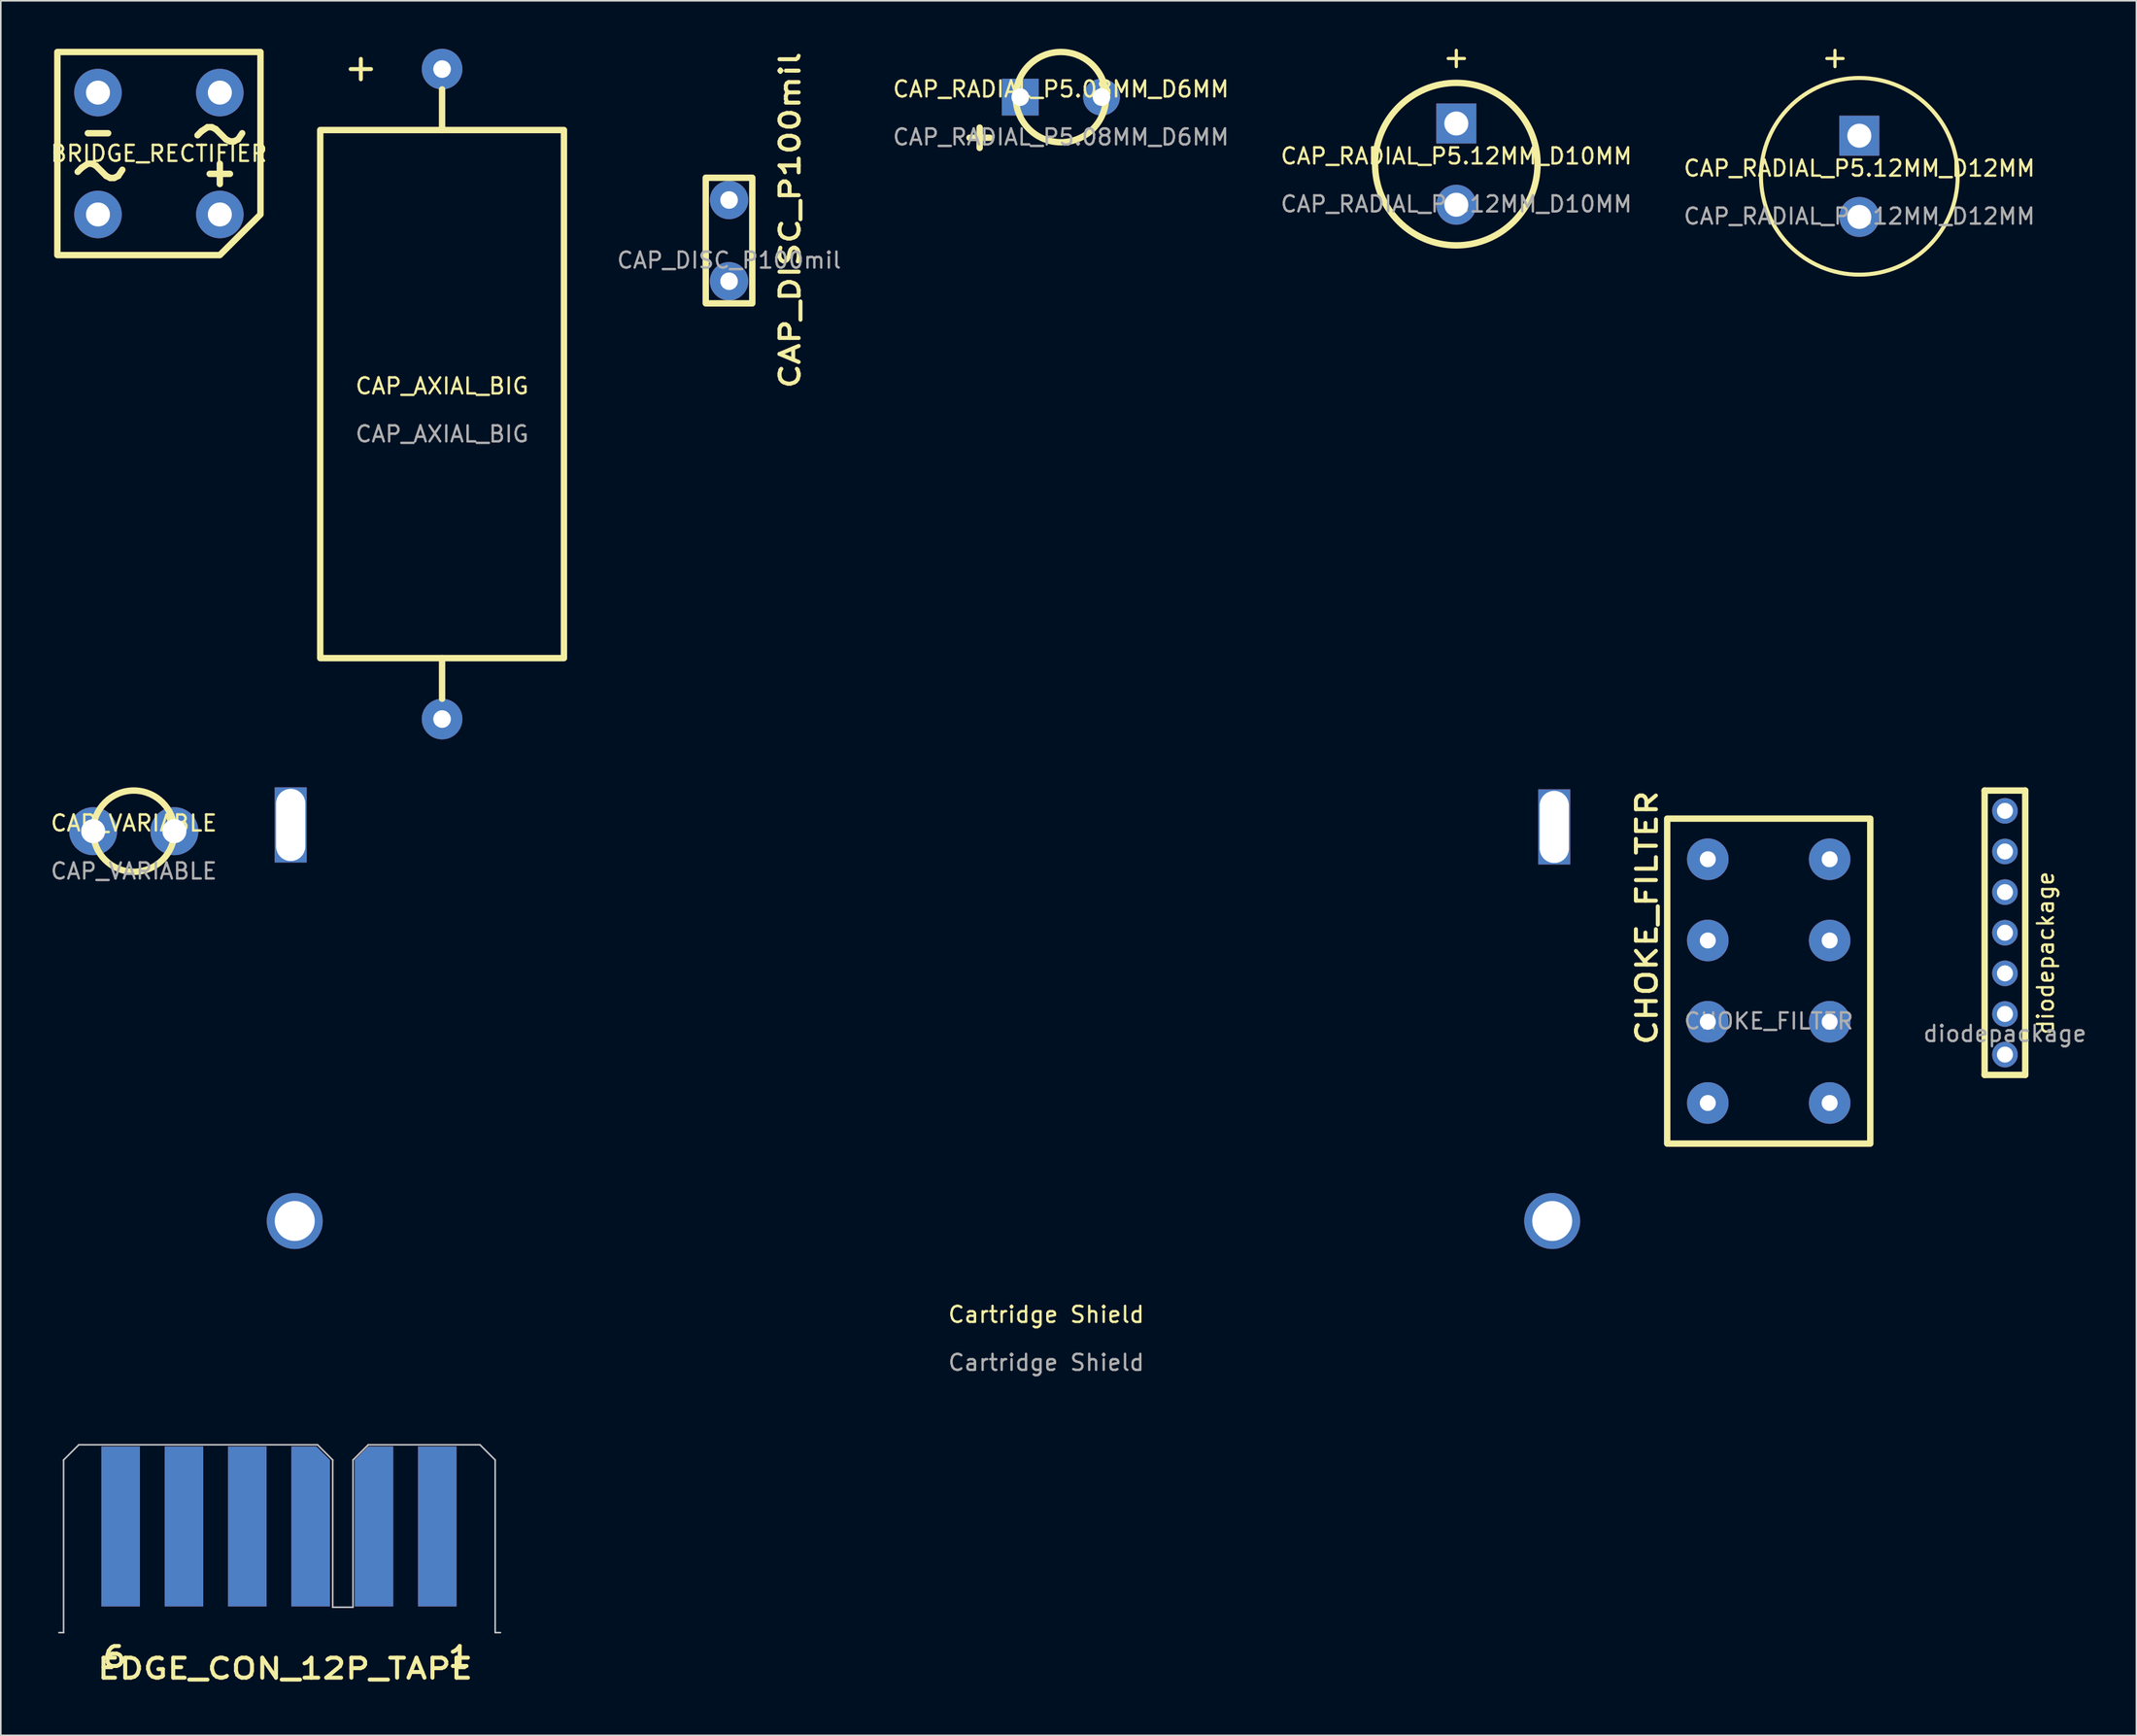
<source format=kicad_pcb>
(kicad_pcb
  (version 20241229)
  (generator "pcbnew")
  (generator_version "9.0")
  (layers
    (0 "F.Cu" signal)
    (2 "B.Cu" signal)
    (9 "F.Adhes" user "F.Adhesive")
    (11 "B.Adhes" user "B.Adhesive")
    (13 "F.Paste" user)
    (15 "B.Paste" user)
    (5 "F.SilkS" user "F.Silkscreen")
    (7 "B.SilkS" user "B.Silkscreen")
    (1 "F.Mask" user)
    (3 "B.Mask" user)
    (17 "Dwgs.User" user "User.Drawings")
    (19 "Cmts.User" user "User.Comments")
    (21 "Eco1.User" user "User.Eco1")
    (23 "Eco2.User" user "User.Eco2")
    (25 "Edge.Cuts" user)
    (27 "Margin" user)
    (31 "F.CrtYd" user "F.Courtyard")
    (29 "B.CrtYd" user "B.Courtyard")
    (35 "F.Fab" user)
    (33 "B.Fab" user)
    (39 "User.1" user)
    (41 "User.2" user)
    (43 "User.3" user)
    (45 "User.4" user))
  (footprint "EDGE_CON_12P_TAPE"
    (layer "F.Cu")
    (at 4.495 92.393)
    (property "Reference" "EDGE_CON_12P_TAPE" (at 10.285 8.89 0) (layer "F.SilkS") (effects (font (size 1.25 1.5) (thickness 0.25) (bold yes))))
    (attr through_hole)
    (fp_poly (pts (xy -4.445 -6.35) (xy 24.13 -6.35) (xy 24.13 5.08) (xy -4.445 5.08)) (stroke (width 0.1) (type solid)) (fill yes) (layer "F.Mask"))
    (fp_poly (pts (xy -4.445 5.08) (xy 24.13 5.08) (xy 24.13 -6.35) (xy -4.445 -6.35)) (stroke (width 0.1) (type solid)) (fill yes) (layer "B.Mask"))
    (fp_line (start -3.569 -4.156) (end -2.616 -5.108) (stroke (width 0.1) (type solid)) (layer "Dwgs.User"))
    (fp_line (start -3.569 6.639) (end -3.861 6.639) (stroke (width 0.1) (type solid)) (layer "Dwgs.User"))
    (fp_line (start -3.569 6.639) (end -3.569 -4.156) (stroke (width 0.1) (type solid)) (layer "Dwgs.User"))
    (fp_line (start -2.616 -5.108) (end 12.306 -5.108) (stroke (width 0.1) (type solid)) (layer "Dwgs.User"))
    (fp_line (start 12.306 -5.108) (end 13.259 -4.156) (stroke (width 0.1) (type solid)) (layer "Dwgs.User"))
    (fp_line (start 13.259 -4.156) (end 13.259 5.052) (stroke (width 0.1) (type solid)) (layer "Dwgs.User"))
    (fp_line (start 13.259 5.052) (end 14.529 5.052) (stroke (width 0.1) (type solid)) (layer "Dwgs.User"))
    (fp_line (start 14.529 -4.156) (end 15.481 -5.108) (stroke (width 0.1) (type solid)) (layer "Dwgs.User"))
    (fp_line (start 14.529 5.052) (end 14.529 -4.156) (stroke (width 0.1) (type solid)) (layer "Dwgs.User"))
    (fp_line (start 15.481 -5.108) (end 22.466 -5.108) (stroke (width 0.1) (type solid)) (layer "Dwgs.User"))
    (fp_line (start 22.466 -5.108) (end 23.419 -4.156) (stroke (width 0.1) (type solid)) (layer "Dwgs.User"))
    (fp_line (start 23.419 -4.156) (end 23.419 6.639) (stroke (width 0.1) (type solid)) (layer "Dwgs.User"))
    (fp_line (start 23.419 6.639) (end 23.749 6.639) (stroke (width 0.1) (type solid)) (layer "Dwgs.User"))
    (fp_text user "1" (at 20.32 8.89 0) (unlocked yes) (layer "F.SilkS") (effects (font (size 1.25 1.5) (thickness 0.25) (bold yes)) (justify left bottom)))
    (fp_text user "6" (at -1.27 8.89 0) (unlocked yes) (layer "F.SilkS") (effects (font (size 1.25 1.5) (thickness 0.25) (bold yes)) (justify left bottom)))
    (pad "1" smd rect (at 19.8 0) (size 2.41 10) (layers "F.Cu" "F.Mask"))
    (pad "2" smd roundrect (at 15.84 0) (size 2.41 10) (layers "F.Cu" "F.Mask") (roundrect_rratio 0) (chamfer_ratio 0.35) (chamfer top_left))
    (pad "3" smd roundrect (at 11.88 0) (size 2.41 10) (layers "F.Cu" "F.Mask") (roundrect_rratio 0) (chamfer_ratio 0.35) (chamfer top_right))
    (pad "4" smd rect (at 7.92 0) (size 2.41 10) (layers "F.Cu" "F.Mask"))
    (pad "5" smd rect (at 3.96 0) (size 2.41 10) (layers "F.Cu" "F.Mask"))
    (pad "6" smd rect (at 0 0) (size 2.41 10) (layers "F.Cu" "F.Mask"))
    (pad "A" smd rect (at 19.8 0) (size 2.41 10) (layers "B.Cu" "B.Mask"))
    (pad "B" smd roundrect (at 15.84 0) (size 2.41 10) (layers "B.Cu" "B.Mask") (roundrect_rratio 0) (chamfer_ratio 0.35) (chamfer top_left))
    (pad "C" smd roundrect (at 11.88 0) (size 2.41 10) (layers "B.Cu" "B.Mask") (roundrect_rratio 0) (chamfer_ratio 0.35) (chamfer top_right))
    (pad "D" smd rect (at 7.92 0) (size 2.41 10) (layers "B.Cu" "B.Mask"))
    (pad "E" smd rect (at 3.96 0) (size 2.41 10) (layers "B.Cu" "B.Mask"))
    (pad "F" smd rect (at 0 0) (size 2.41 10) (layers "B.Cu" "B.Mask")))
  (footprint "CAP_RADIAL_P5.08MM_D6MM"
    (layer "F.Cu")
    (at 63.289 3.022)
    (property "Reference" "CAP_RADIAL_P5.08MM_D6MM" (at 0 -0.5 0) (unlocked yes) (layer "F.SilkS") (effects (font (size 1 1) (thickness 0.15))))
    (attr through_hole)
    (fp_line (start -5.08 3.175) (end -5.08 1.905) (stroke (width 0.4) (type default)) (layer "F.SilkS"))
    (fp_line (start -4.445 2.54) (end -5.715 2.54) (stroke (width 0.4) (type default)) (layer "F.SilkS"))
    (fp_circle (center 0 0) (end 2.822 0) (stroke (width 0.4) (type default)) (fill no) (layer "F.SilkS"))
    (fp_text user "${REFERENCE}" (at 0 2.5 0) (unlocked yes) (layer "F.Fab") (effects (font (size 1 1) (thickness 0.15))))
    (pad "1" thru_hole rect (at -2.54 0) (size 2.3 2.3) (drill 1.1) (layers "*.Cu" "*.Mask"))
    (pad "2" thru_hole circle (at 2.54 0) (size 2.3 2.3) (drill 1.1) (layers "*.Cu" "*.Mask")))
  (footprint "Cartridge Shield"
    (layer "F.Cu")
    (at 62.371 79.645)
    (property "Reference" "Cartridge Shield" (at 0 -0.5 0) (unlocked yes) (layer "F.SilkS") (effects (font (size 1 1) (thickness 0.15))))
    (attr through_hole)
    (fp_text user "${REFERENCE}" (at 0 2.5 0) (unlocked yes) (layer "F.Fab") (effects (font (size 1 1) (thickness 0.15))))
    (pad "1" thru_hole circle (at -46.99 -6.35) (size 3.5 3.5) (drill 2.5) (layers "*.Cu" "*.Mask"))
    (pad "1" thru_hole circle (at 31.64 -6.35) (size 3.5 3.5) (drill 2.5) (layers "*.Cu" "*.Mask"))
    (pad "CASE" thru_hole rect (at -47.244 -31.115 90) (size 4.7 2) (drill oval 4.513 1.829) (layers "*.Cu" "*.Mask"))
    (pad "CASE" thru_hole rect (at 31.769 -30.99 90) (size 4.7 2) (drill oval 4.513 1.829) (layers "*.Cu" "*.Mask")))
  (footprint "CAP_AXIAL_BIG"
    (layer "F.Cu")
    (at 24.594 21.59)
    (property "Reference" "CAP_AXIAL_BIG" (at 0 -0.5 0) (unlocked yes) (layer "F.SilkS") (effects (font (size 1 1) (thickness 0.15))))
    (attr through_hole)
    (fp_line (start -5.715 -20.32) (end -4.445 -20.32) (stroke (width 0.25) (type default)) (layer "F.SilkS"))
    (fp_line (start -5.08 -20.955) (end -5.08 -19.685) (stroke (width 0.25) (type default)) (layer "F.SilkS"))
    (fp_line (start 0 -16.51) (end 0 -19.05) (stroke (width 0.4) (type default)) (layer "F.SilkS"))
    (fp_line (start 0 16.51) (end 0 19.05) (stroke (width 0.4) (type default)) (layer "F.SilkS"))
    (fp_rect (start -7.62 -16.51) (end 7.62 16.51) (stroke (width 0.4) (type default)) (fill no) (layer "F.SilkS"))
    (fp_text user "${REFERENCE}" (at 0 2.5 0) (unlocked yes) (layer "F.Fab") (effects (font (size 1 1) (thickness 0.15))))
    (pad "1" thru_hole circle (at 0 -20.32) (size 2.54 2.54) (drill 1.1) (layers "*.Cu" "*.Mask"))
    (pad "2" thru_hole circle (at 0 20.32) (size 2.54 2.54) (drill 1.1) (layers "*.Cu" "*.Mask")))
  (footprint "BRIDGE_RECTIFIER"
    (layer "F.Cu")
    (at 10.697 2.74)
    (property "Reference" "BRIDGE_RECTIFIER" (at -3.81 3.81 0) (layer "F.SilkS") (effects (font (size 1 1) (thickness 0.15))))
    (attr through_hole)
    (fp_line (start -8.89 4.953) (end -8.636 4.699) (stroke (width 0.4) (type default)) (layer "F.SilkS"))
    (fp_line (start -8.636 4.699) (end -8.255 4.445) (stroke (width 0.4) (type default)) (layer "F.SilkS"))
    (fp_line (start -8.255 2.54) (end -6.985 2.54) (stroke (width 0.4) (type default)) (layer "F.SilkS"))
    (fp_line (start -8.255 4.445) (end -8.001 4.445) (stroke (width 0.4) (type default)) (layer "F.SilkS"))
    (fp_line (start -8.001 4.445) (end -7.747 4.572) (stroke (width 0.4) (type default)) (layer "F.SilkS"))
    (fp_line (start -7.747 4.572) (end -7.112 5.207) (stroke (width 0.4) (type default)) (layer "F.SilkS"))
    (fp_line (start -7.112 5.207) (end -6.858 5.334) (stroke (width 0.4) (type default)) (layer "F.SilkS"))
    (fp_line (start -6.858 5.334) (end -6.604 5.334) (stroke (width 0.4) (type default)) (layer "F.SilkS"))
    (fp_line (start -6.604 5.334) (end -6.35 5.207) (stroke (width 0.4) (type default)) (layer "F.SilkS"))
    (fp_line (start -6.35 5.207) (end -6.096 4.826) (stroke (width 0.4) (type default)) (layer "F.SilkS"))
    (fp_line (start -1.397 2.667) (end -1.143 2.413) (stroke (width 0.4) (type default)) (layer "F.SilkS"))
    (fp_line (start -1.143 2.413) (end -0.762 2.159) (stroke (width 0.4) (type default)) (layer "F.SilkS"))
    (fp_line (start -0.762 2.159) (end -0.508 2.159) (stroke (width 0.4) (type default)) (layer "F.SilkS"))
    (fp_line (start -0.635 5.08) (end 0.635 5.08) (stroke (width 0.4) (type default)) (layer "F.SilkS"))
    (fp_line (start -0.508 2.159) (end -0.254 2.286) (stroke (width 0.4) (type default)) (layer "F.SilkS"))
    (fp_line (start -0.254 2.286) (end 0.381 2.921) (stroke (width 0.4) (type default)) (layer "F.SilkS"))
    (fp_line (start 0 5.715) (end 0 4.445) (stroke (width 0.4) (type default)) (layer "F.SilkS"))
    (fp_line (start 0.381 2.921) (end 0.635 3.048) (stroke (width 0.4) (type default)) (layer "F.SilkS"))
    (fp_line (start 0.635 3.048) (end 0.889 3.048) (stroke (width 0.4) (type default)) (layer "F.SilkS"))
    (fp_line (start 0.889 3.048) (end 1.143 2.921) (stroke (width 0.4) (type default)) (layer "F.SilkS"))
    (fp_line (start 1.143 2.921) (end 1.397 2.54) (stroke (width 0.4) (type default)) (layer "F.SilkS"))
    (fp_poly (pts (xy 2.54 -2.54) (xy 2.54 7.62) (xy 0 10.16) (xy -10.16 10.16) (xy -10.16 -2.54)) (stroke (width 0.4) (type solid)) (fill no) (layer "F.SilkS"))
    (pad "1" thru_hole circle (at 0 7.62 270) (size 2.972 2.972) (drill 1.5) (layers "*.Cu" "*.Mask"))
    (pad "2" thru_hole circle (at 0 0 270) (size 2.972 2.972) (drill 1.5) (layers "*.Cu" "*.Mask"))
    (pad "3" thru_hole circle (at -7.62 0 270) (size 2.972 2.972) (drill 1.5) (layers "*.Cu" "*.Mask"))
    (pad "4" thru_hole circle (at -7.62 7.62 270) (size 2.972 2.972) (drill 1.5) (layers "*.Cu" "*.Mask")))
  (footprint "CAP_VARIABLE"
    (layer "F.Cu")
    (at 5.315 48.92)
    (property "Reference" "CAP_VARIABLE" (at 0 -0.5 0) (unlocked yes) (layer "F.SilkS") (effects (font (size 1 1) (thickness 0.15))))
    (attr through_hole)
    (fp_circle (center 0 0) (end 2.54 0) (stroke (width 0.4) (type default)) (fill no) (layer "F.SilkS"))
    (fp_text user "${REFERENCE}" (at 0 2.5 0) (unlocked yes) (layer "F.Fab") (effects (font (size 1 1) (thickness 0.15))))
    (pad "1" thru_hole circle (at -2.54 0) (size 3 3) (drill 1.5) (layers "*.Cu" "*.Mask"))
    (pad "2" thru_hole circle (at 2.54 0) (size 3 3) (drill 1.5) (layers "*.Cu" "*.Mask")))
  (footprint "CAP_DISC_P100mil"
    (layer "F.Cu")
    (at 42.539 10.725)
    (property "Reference" "CAP_DISC_P100mil" (at 3.81 0 90) (unlocked yes) (layer "F.SilkS") (effects (font (size 1.2 1.5) (thickness 0.25) (bold yes))))
    (attr through_hole)
    (fp_rect (start -1.458 -2.661) (end 1.453 5.192) (stroke (width 0.4) (type default)) (fill no) (layer "F.SilkS"))
    (fp_text user "${REFERENCE}" (at 0 2.5 0) (unlocked yes) (layer "F.Fab") (effects (font (size 1 1) (thickness 0.15))))
    (pad "1" thru_hole circle (at 0 -1.27) (size 2.4 2.4) (drill 1.1) (layers "*.Cu" "*.Mask"))
    (pad "2" thru_hole circle (at 0 3.81) (size 2.4 2.4) (drill 1.1) (layers "*.Cu" "*.Mask")))
  (footprint "CHOKE_FILTER"
    (layer "F.Cu")
    (at 107.551 58.296)
    (property "Reference" "CHOKE_FILTER" (at -7.621 -3.963 90) (unlocked yes) (layer "F.SilkS") (effects (font (size 1.25 1.5) (thickness 0.25) (bold yes))))
    (attr through_hole)
    (fp_rect (start -6.35 -10.16) (end 6.35 10.16) (stroke (width 0.4) (type default)) (fill no) (layer "F.SilkS"))
    (fp_text user "${REFERENCE}" (at 0 2.5 0) (unlocked yes) (layer "F.Fab") (effects (font (size 1 1) (thickness 0.15))))
    (pad "1" thru_hole circle (at -3.81 -7.62) (size 2.6 2.6) (drill 1) (layers "*.Cu" "*.Mask"))
    (pad "2" thru_hole circle (at 3.81 -7.62) (size 2.6 2.6) (drill 1) (layers "*.Cu" "*.Mask"))
    (pad "3" thru_hole circle (at -3.81 -2.54) (size 2.6 2.6) (drill 1) (layers "*.Cu" "*.Mask"))
    (pad "4" thru_hole circle (at 3.81 -2.54) (size 2.6 2.6) (drill 1) (layers "*.Cu" "*.Mask"))
    (pad "5" thru_hole circle (at -3.81 2.54) (size 2.6 2.6) (drill 1) (layers "*.Cu" "*.Mask"))
    (pad "6" thru_hole circle (at 3.81 2.54) (size 2.6 2.6) (drill 1) (layers "*.Cu" "*.Mask"))
    (pad "7" thru_hole circle (at -3.81 7.62) (size 2.6 2.6) (drill 1) (layers "*.Cu" "*.Mask"))
    (pad "8" thru_hole circle (at 3.81 7.62) (size 2.6 2.6) (drill 1) (layers "*.Cu" "*.Mask")))
  (footprint "CAP_RADIAL_P5.12MM_D10MM"
    (layer "F.Cu")
    (at 88.015 7.212)
    (property "Reference" "CAP_RADIAL_P5.12MM_D10MM" (at 0 -0.5 0) (unlocked yes) (layer "F.SilkS") (effects (font (size 1 1) (thickness 0.15))))
    (attr through_hole)
    (fp_line (start -0.508 -6.604) (end 0.508 -6.604) (stroke (width 0.2) (type default)) (layer "F.SilkS"))
    (fp_line (start 0 -7.112) (end 0 -6.096) (stroke (width 0.2) (type default)) (layer "F.SilkS"))
    (fp_circle (center 0 0) (end 5.08 0) (stroke (width 0.4) (type default)) (fill no) (layer "F.SilkS"))
    (fp_text user "${REFERENCE}" (at 0 2.5 0) (unlocked yes) (layer "F.Fab") (effects (font (size 1 1) (thickness 0.15))))
    (pad "1" thru_hole rect (at 0 -2.54) (size 2.5 2.5) (drill 1.5) (layers "*.Cu" "*.Mask"))
    (pad "2" thru_hole circle (at 0 2.54) (size 2.5 2.5) (drill 1.5) (layers "*.Cu" "*.Mask")))
  (footprint "CAP_RADIAL_P5.12MM_D12MM"
    (layer "F.Cu")
    (at 113.217 7.974)
    (property "Reference" "CAP_RADIAL_P5.12MM_D12MM" (at 0 -0.5 0) (unlocked yes) (layer "F.SilkS") (effects (font (size 1 1) (thickness 0.15))))
    (attr through_hole)
    (fp_line (start -2.032 -7.366) (end -1.016 -7.366) (stroke (width 0.2) (type default)) (layer "F.SilkS"))
    (fp_line (start -1.524 -7.874) (end -1.524 -6.858) (stroke (width 0.2) (type default)) (layer "F.SilkS"))
    (fp_circle (center 0 0) (end 6.15 0) (stroke (width 0.25) (type default)) (fill no) (layer "F.SilkS"))
    (fp_text user "${REFERENCE}" (at 0 2.5 0) (unlocked yes) (layer "F.Fab") (effects (font (size 1 1) (thickness 0.15))))
    (pad "1" thru_hole rect (at 0 -2.54) (size 2.5 2.5) (drill 1.5) (layers "*.Cu" "*.Mask"))
    (pad "2" thru_hole circle (at 0 2.54) (size 2.5 2.5) (drill 1.5) (layers "*.Cu" "*.Mask")))
  (footprint "diodepackage"
    (layer "F.Cu")
    (at 122.322 59.08)
    (property "Reference" "diodepackage" (at 2.54 -2.54 90) (unlocked yes) (layer "F.SilkS") (effects (font (size 1 1) (thickness 0.15))))
    (attr through_hole)
    (fp_line (start -1.27 -12.7) (end 1.27 -12.7) (stroke (width 0.4) (type default)) (layer "F.SilkS"))
    (fp_line (start -1.27 5.08) (end -1.27 -12.7) (stroke (width 0.4) (type default)) (layer "F.SilkS"))
    (fp_line (start 1.27 -12.7) (end 1.27 5.08) (stroke (width 0.4) (type default)) (layer "F.SilkS"))
    (fp_line (start 1.27 5.08) (end -1.27 5.08) (stroke (width 0.4) (type default)) (layer "F.SilkS"))
    (fp_text user "${REFERENCE}" (at 0 2.5 0) (unlocked yes) (layer "F.Fab") (effects (font (size 1 1) (thickness 0.15))))
    (pad "1" thru_hole circle (at 0 -11.43) (size 1.6 1.6) (drill 1) (layers "*.Cu" "*.Mask"))
    (pad "2" thru_hole circle (at 0 -8.89) (size 1.6 1.6) (drill 1) (layers "*.Cu" "*.Mask"))
    (pad "3" thru_hole circle (at 0 -6.35) (size 1.6 1.6) (drill 1) (layers "*.Cu" "*.Mask"))
    (pad "4" thru_hole circle (at 0 -3.81) (size 1.6 1.6) (drill 1) (layers "*.Cu" "*.Mask"))
    (pad "5" thru_hole circle (at 0 -1.27) (size 1.6 1.6) (drill 1) (layers "*.Cu" "*.Mask"))
    (pad "6" thru_hole circle (at 0 1.27) (size 1.6 1.6) (drill 1) (layers "*.Cu" "*.Mask"))
    (pad "7" thru_hole circle (at 0 3.81) (size 1.6 1.6) (drill 1) (layers "*.Cu" "*.Mask")))
  (gr_rect
    (start -3 -3)
    (end 130.542 105.453)
    (stroke (width 0.1) (type default))
    (fill no)
    (layer "Edge.Cuts")))
</source>
